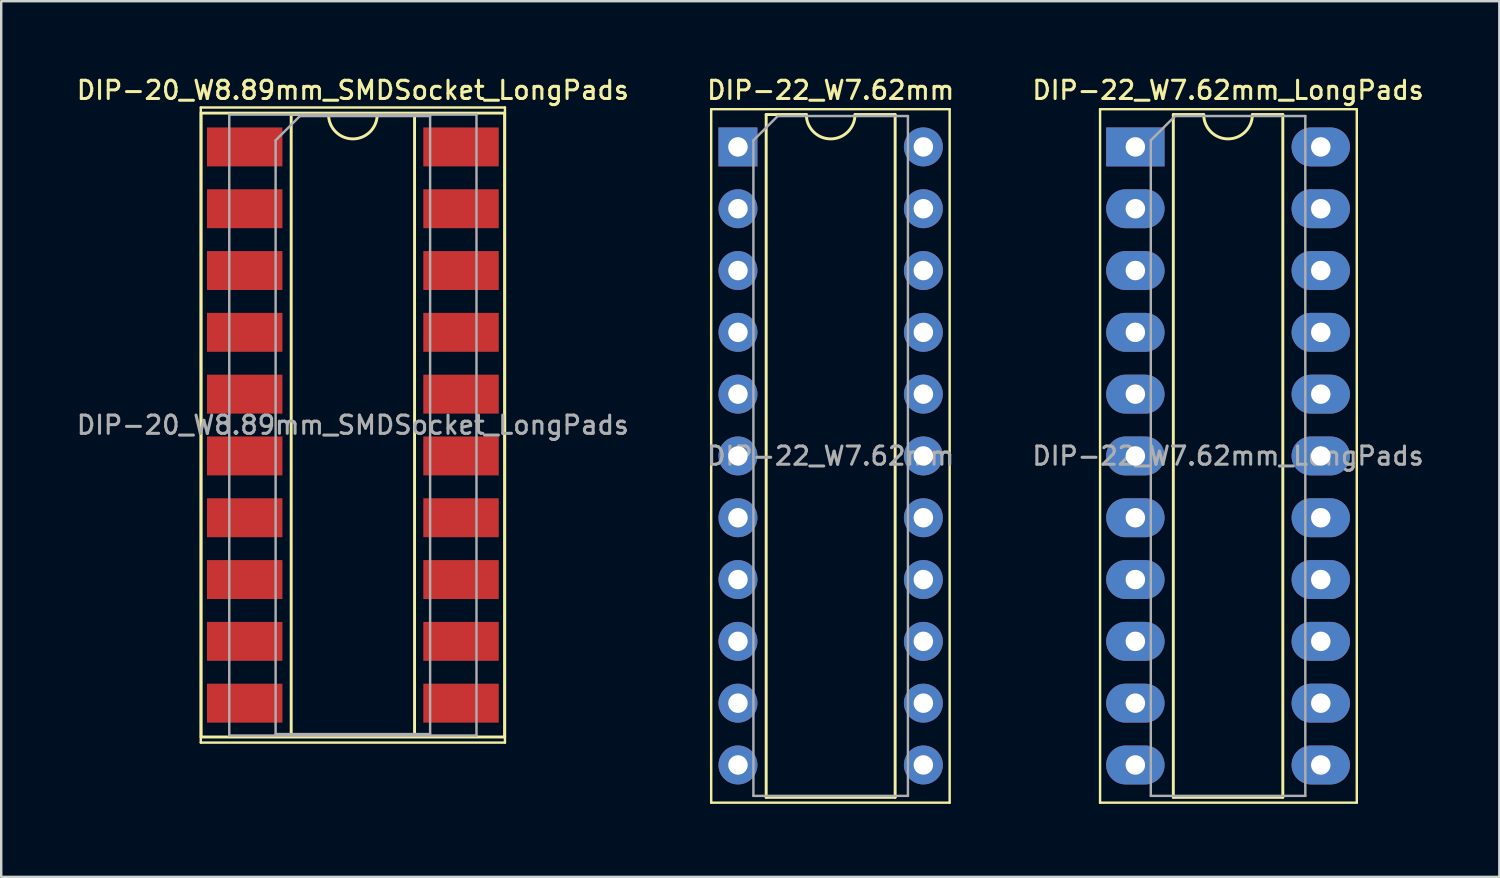
<source format=kicad_pcb>
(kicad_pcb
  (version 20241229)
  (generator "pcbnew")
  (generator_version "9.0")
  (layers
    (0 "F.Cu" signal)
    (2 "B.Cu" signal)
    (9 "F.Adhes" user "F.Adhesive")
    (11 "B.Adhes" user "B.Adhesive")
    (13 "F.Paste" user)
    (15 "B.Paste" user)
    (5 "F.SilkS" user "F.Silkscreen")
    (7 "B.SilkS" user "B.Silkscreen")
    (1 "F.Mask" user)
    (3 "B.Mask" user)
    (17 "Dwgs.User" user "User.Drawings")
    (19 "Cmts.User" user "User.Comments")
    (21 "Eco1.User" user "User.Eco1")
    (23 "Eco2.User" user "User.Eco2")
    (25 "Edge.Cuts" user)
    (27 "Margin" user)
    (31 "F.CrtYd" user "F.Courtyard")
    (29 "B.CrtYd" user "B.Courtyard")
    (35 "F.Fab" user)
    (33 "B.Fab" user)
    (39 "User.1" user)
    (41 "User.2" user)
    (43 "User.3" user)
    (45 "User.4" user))
  (footprint "DIP-22_W7.62mm"
    (layer "F.Cu")
    (at 27.278 2.988)
    (property "Reference" "DIP-22_W7.62mm" (at 3.81 -2.33 0) (layer "F.SilkS") (effects (font (size 0.75 0.75) (thickness 0.125))))
    (attr through_hole)
    (fp_line (start -1.1 -1.55) (end -1.1 26.95) (stroke (width 0.1) (type solid)) (layer "F.SilkS"))
    (fp_line (start -1.1 26.95) (end 8.7 26.95) (stroke (width 0.1) (type solid)) (layer "F.SilkS"))
    (fp_line (start 1.16 -1.33) (end 1.16 26.73) (stroke (width 0.12) (type solid)) (layer "F.SilkS"))
    (fp_line (start 1.16 26.73) (end 6.46 26.73) (stroke (width 0.12) (type solid)) (layer "F.SilkS"))
    (fp_line (start 2.81 -1.33) (end 1.16 -1.33) (stroke (width 0.12) (type solid)) (layer "F.SilkS"))
    (fp_line (start 6.46 -1.33) (end 4.81 -1.33) (stroke (width 0.12) (type solid)) (layer "F.SilkS"))
    (fp_line (start 6.46 26.73) (end 6.46 -1.33) (stroke (width 0.12) (type solid)) (layer "F.SilkS"))
    (fp_line (start 8.7 -1.55) (end -1.1 -1.55) (stroke (width 0.1) (type solid)) (layer "F.SilkS"))
    (fp_line (start 8.7 26.95) (end 8.7 -1.55) (stroke (width 0.1) (type solid)) (layer "F.SilkS"))
    (fp_arc (start 4.81 -1.33) (mid 3.81 -0.33) (end 2.81 -1.33) (stroke (width 0.12) (type solid)) (layer "F.SilkS"))
    (fp_line (start 0.635 -0.27) (end 1.635 -1.27) (stroke (width 0.1) (type solid)) (layer "F.Fab"))
    (fp_line (start 0.635 26.67) (end 0.635 -0.27) (stroke (width 0.1) (type solid)) (layer "F.Fab"))
    (fp_line (start 1.635 -1.27) (end 6.985 -1.27) (stroke (width 0.1) (type solid)) (layer "F.Fab"))
    (fp_line (start 6.985 -1.27) (end 6.985 26.67) (stroke (width 0.1) (type solid)) (layer "F.Fab"))
    (fp_line (start 6.985 26.67) (end 0.635 26.67) (stroke (width 0.1) (type solid)) (layer "F.Fab"))
    (fp_text user "${REFERENCE}" (at 3.81 12.7 0) (layer "F.Fab") (effects (font (size 0.75 0.75) (thickness 0.125))))
    (pad "1" thru_hole rect (at 0 0) (size 1.6 1.6) (drill 0.8) (layers "*.Cu" "*.Mask"))
    (pad "2" thru_hole oval (at 0 2.54) (size 1.6 1.6) (drill 0.8) (layers "*.Cu" "*.Mask"))
    (pad "3" thru_hole oval (at 0 5.08) (size 1.6 1.6) (drill 0.8) (layers "*.Cu" "*.Mask"))
    (pad "4" thru_hole oval (at 0 7.62) (size 1.6 1.6) (drill 0.8) (layers "*.Cu" "*.Mask"))
    (pad "5" thru_hole oval (at 0 10.16) (size 1.6 1.6) (drill 0.8) (layers "*.Cu" "*.Mask"))
    (pad "6" thru_hole oval (at 0 12.7) (size 1.6 1.6) (drill 0.8) (layers "*.Cu" "*.Mask"))
    (pad "7" thru_hole oval (at 0 15.24) (size 1.6 1.6) (drill 0.8) (layers "*.Cu" "*.Mask"))
    (pad "8" thru_hole oval (at 0 17.78) (size 1.6 1.6) (drill 0.8) (layers "*.Cu" "*.Mask"))
    (pad "9" thru_hole oval (at 0 20.32) (size 1.6 1.6) (drill 0.8) (layers "*.Cu" "*.Mask"))
    (pad "10" thru_hole oval (at 0 22.86) (size 1.6 1.6) (drill 0.8) (layers "*.Cu" "*.Mask"))
    (pad "11" thru_hole oval (at 0 25.4) (size 1.6 1.6) (drill 0.8) (layers "*.Cu" "*.Mask"))
    (pad "12" thru_hole oval (at 7.62 25.4) (size 1.6 1.6) (drill 0.8) (layers "*.Cu" "*.Mask"))
    (pad "13" thru_hole oval (at 7.62 22.86) (size 1.6 1.6) (drill 0.8) (layers "*.Cu" "*.Mask"))
    (pad "14" thru_hole oval (at 7.62 20.32) (size 1.6 1.6) (drill 0.8) (layers "*.Cu" "*.Mask"))
    (pad "15" thru_hole oval (at 7.62 17.78) (size 1.6 1.6) (drill 0.8) (layers "*.Cu" "*.Mask"))
    (pad "16" thru_hole oval (at 7.62 15.24) (size 1.6 1.6) (drill 0.8) (layers "*.Cu" "*.Mask"))
    (pad "17" thru_hole oval (at 7.62 12.7) (size 1.6 1.6) (drill 0.8) (layers "*.Cu" "*.Mask"))
    (pad "18" thru_hole oval (at 7.62 10.16) (size 1.6 1.6) (drill 0.8) (layers "*.Cu" "*.Mask"))
    (pad "19" thru_hole oval (at 7.62 7.62) (size 1.6 1.6) (drill 0.8) (layers "*.Cu" "*.Mask"))
    (pad "20" thru_hole oval (at 7.62 5.08) (size 1.6 1.6) (drill 0.8) (layers "*.Cu" "*.Mask"))
    (pad "21" thru_hole oval (at 7.62 2.54) (size 1.6 1.6) (drill 0.8) (layers "*.Cu" "*.Mask"))
    (pad "22" thru_hole oval (at 7.62 0) (size 1.6 1.6) (drill 0.8) (layers "*.Cu" "*.Mask")))
  (footprint "DIP-22_W7.62mm_LongPads"
    (layer "F.Cu")
    (at 43.61 2.988)
    (property "Reference" "DIP-22_W7.62mm_LongPads" (at 3.81 -2.33 0) (layer "F.SilkS") (effects (font (size 0.75 0.75) (thickness 0.125))))
    (attr through_hole)
    (fp_line (start -1.45 -1.55) (end -1.45 26.95) (stroke (width 0.1) (type solid)) (layer "F.SilkS"))
    (fp_line (start -1.45 26.95) (end 9.1 26.95) (stroke (width 0.1) (type solid)) (layer "F.SilkS"))
    (fp_line (start 1.56 -1.33) (end 1.56 26.73) (stroke (width 0.12) (type solid)) (layer "F.SilkS"))
    (fp_line (start 1.56 26.73) (end 6.06 26.73) (stroke (width 0.12) (type solid)) (layer "F.SilkS"))
    (fp_line (start 2.81 -1.33) (end 1.56 -1.33) (stroke (width 0.12) (type solid)) (layer "F.SilkS"))
    (fp_line (start 6.06 -1.33) (end 4.81 -1.33) (stroke (width 0.12) (type solid)) (layer "F.SilkS"))
    (fp_line (start 6.06 26.73) (end 6.06 -1.33) (stroke (width 0.12) (type solid)) (layer "F.SilkS"))
    (fp_line (start 9.1 -1.55) (end -1.45 -1.55) (stroke (width 0.1) (type solid)) (layer "F.SilkS"))
    (fp_line (start 9.1 26.95) (end 9.1 -1.55) (stroke (width 0.1) (type solid)) (layer "F.SilkS"))
    (fp_arc (start 4.81 -1.33) (mid 3.81 -0.33) (end 2.81 -1.33) (stroke (width 0.12) (type solid)) (layer "F.SilkS"))
    (fp_line (start 0.635 -0.27) (end 1.635 -1.27) (stroke (width 0.1) (type solid)) (layer "F.Fab"))
    (fp_line (start 0.635 26.67) (end 0.635 -0.27) (stroke (width 0.1) (type solid)) (layer "F.Fab"))
    (fp_line (start 1.635 -1.27) (end 6.985 -1.27) (stroke (width 0.1) (type solid)) (layer "F.Fab"))
    (fp_line (start 6.985 -1.27) (end 6.985 26.67) (stroke (width 0.1) (type solid)) (layer "F.Fab"))
    (fp_line (start 6.985 26.67) (end 0.635 26.67) (stroke (width 0.1) (type solid)) (layer "F.Fab"))
    (fp_text user "${REFERENCE}" (at 3.81 12.7 0) (layer "F.Fab") (effects (font (size 0.75 0.75) (thickness 0.125))))
    (pad "1" thru_hole rect (at 0 0) (size 2.4 1.6) (drill 0.8) (layers "*.Cu" "*.Mask"))
    (pad "2" thru_hole oval (at 0 2.54) (size 2.4 1.6) (drill 0.8) (layers "*.Cu" "*.Mask"))
    (pad "3" thru_hole oval (at 0 5.08) (size 2.4 1.6) (drill 0.8) (layers "*.Cu" "*.Mask"))
    (pad "4" thru_hole oval (at 0 7.62) (size 2.4 1.6) (drill 0.8) (layers "*.Cu" "*.Mask"))
    (pad "5" thru_hole oval (at 0 10.16) (size 2.4 1.6) (drill 0.8) (layers "*.Cu" "*.Mask"))
    (pad "6" thru_hole oval (at 0 12.7) (size 2.4 1.6) (drill 0.8) (layers "*.Cu" "*.Mask"))
    (pad "7" thru_hole oval (at 0 15.24) (size 2.4 1.6) (drill 0.8) (layers "*.Cu" "*.Mask"))
    (pad "8" thru_hole oval (at 0 17.78) (size 2.4 1.6) (drill 0.8) (layers "*.Cu" "*.Mask"))
    (pad "9" thru_hole oval (at 0 20.32) (size 2.4 1.6) (drill 0.8) (layers "*.Cu" "*.Mask"))
    (pad "10" thru_hole oval (at 0 22.86) (size 2.4 1.6) (drill 0.8) (layers "*.Cu" "*.Mask"))
    (pad "11" thru_hole oval (at 0 25.4) (size 2.4 1.6) (drill 0.8) (layers "*.Cu" "*.Mask"))
    (pad "12" thru_hole oval (at 7.62 25.4) (size 2.4 1.6) (drill 0.8) (layers "*.Cu" "*.Mask"))
    (pad "13" thru_hole oval (at 7.62 22.86) (size 2.4 1.6) (drill 0.8) (layers "*.Cu" "*.Mask"))
    (pad "14" thru_hole oval (at 7.62 20.32) (size 2.4 1.6) (drill 0.8) (layers "*.Cu" "*.Mask"))
    (pad "15" thru_hole oval (at 7.62 17.78) (size 2.4 1.6) (drill 0.8) (layers "*.Cu" "*.Mask"))
    (pad "16" thru_hole oval (at 7.62 15.24) (size 2.4 1.6) (drill 0.8) (layers "*.Cu" "*.Mask"))
    (pad "17" thru_hole oval (at 7.62 12.7) (size 2.4 1.6) (drill 0.8) (layers "*.Cu" "*.Mask"))
    (pad "18" thru_hole oval (at 7.62 10.16) (size 2.4 1.6) (drill 0.8) (layers "*.Cu" "*.Mask"))
    (pad "19" thru_hole oval (at 7.62 7.62) (size 2.4 1.6) (drill 0.8) (layers "*.Cu" "*.Mask"))
    (pad "20" thru_hole oval (at 7.62 5.08) (size 2.4 1.6) (drill 0.8) (layers "*.Cu" "*.Mask"))
    (pad "21" thru_hole oval (at 7.62 2.54) (size 2.4 1.6) (drill 0.8) (layers "*.Cu" "*.Mask"))
    (pad "22" thru_hole oval (at 7.62 0) (size 2.4 1.6) (drill 0.8) (layers "*.Cu" "*.Mask")))
  (footprint "DIP-20_W8.89mm_SMDSocket_LongPads"
    (layer "F.Cu")
    (at 11.452 14.418)
    (property "Reference" "DIP-20_W8.89mm_SMDSocket_LongPads" (at 0 -13.76 0) (layer "F.SilkS") (effects (font (size 0.75 0.75) (thickness 0.125))))
    (attr smd)
    (fp_line (start -6.25 -13.05) (end -6.25 13.05) (stroke (width 0.1) (type solid)) (layer "F.SilkS"))
    (fp_line (start -6.25 13.05) (end 6.25 13.05) (stroke (width 0.1) (type solid)) (layer "F.SilkS"))
    (fp_line (start -6.235 -12.82) (end -6.235 12.82) (stroke (width 0.12) (type solid)) (layer "F.SilkS"))
    (fp_line (start -6.235 12.82) (end 6.235 12.82) (stroke (width 0.12) (type solid)) (layer "F.SilkS"))
    (fp_line (start -2.535 -12.76) (end -2.535 12.76) (stroke (width 0.12) (type solid)) (layer "F.SilkS"))
    (fp_line (start -2.535 12.76) (end 2.535 12.76) (stroke (width 0.12) (type solid)) (layer "F.SilkS"))
    (fp_line (start -1 -12.76) (end -2.535 -12.76) (stroke (width 0.12) (type solid)) (layer "F.SilkS"))
    (fp_line (start 2.535 -12.76) (end 1 -12.76) (stroke (width 0.12) (type solid)) (layer "F.SilkS"))
    (fp_line (start 2.535 12.76) (end 2.535 -12.76) (stroke (width 0.12) (type solid)) (layer "F.SilkS"))
    (fp_line (start 6.235 -12.82) (end -6.235 -12.82) (stroke (width 0.12) (type solid)) (layer "F.SilkS"))
    (fp_line (start 6.235 12.82) (end 6.235 -12.82) (stroke (width 0.12) (type solid)) (layer "F.SilkS"))
    (fp_line (start 6.25 -13.05) (end -6.25 -13.05) (stroke (width 0.1) (type solid)) (layer "F.SilkS"))
    (fp_line (start 6.25 13.05) (end 6.25 -13.05) (stroke (width 0.1) (type solid)) (layer "F.SilkS"))
    (fp_arc (start 1 -12.76) (mid 0 -11.76) (end -1 -12.76) (stroke (width 0.12) (type solid)) (layer "F.SilkS"))
    (fp_line (start -5.08 -12.76) (end -5.08 12.76) (stroke (width 0.1) (type solid)) (layer "F.Fab"))
    (fp_line (start -5.08 12.76) (end 5.08 12.76) (stroke (width 0.1) (type solid)) (layer "F.Fab"))
    (fp_line (start -3.175 -11.7) (end -2.175 -12.7) (stroke (width 0.1) (type solid)) (layer "F.Fab"))
    (fp_line (start -3.175 12.7) (end -3.175 -11.7) (stroke (width 0.1) (type solid)) (layer "F.Fab"))
    (fp_line (start -2.175 -12.7) (end 3.175 -12.7) (stroke (width 0.1) (type solid)) (layer "F.Fab"))
    (fp_line (start 3.175 -12.7) (end 3.175 12.7) (stroke (width 0.1) (type solid)) (layer "F.Fab"))
    (fp_line (start 3.175 12.7) (end -3.175 12.7) (stroke (width 0.1) (type solid)) (layer "F.Fab"))
    (fp_line (start 5.08 -12.76) (end -5.08 -12.76) (stroke (width 0.1) (type solid)) (layer "F.Fab"))
    (fp_line (start 5.08 12.76) (end 5.08 -12.76) (stroke (width 0.1) (type solid)) (layer "F.Fab"))
    (fp_text user "${REFERENCE}" (at 0 0 0) (layer "F.Fab") (effects (font (size 0.75 0.75) (thickness 0.125))))
    (pad "1" smd rect (at -4.445 -11.43) (size 3.1 1.6) (layers "F.Cu" "F.Mask" "F.Paste"))
    (pad "2" smd rect (at -4.445 -8.89) (size 3.1 1.6) (layers "F.Cu" "F.Mask" "F.Paste"))
    (pad "3" smd rect (at -4.445 -6.35) (size 3.1 1.6) (layers "F.Cu" "F.Mask" "F.Paste"))
    (pad "4" smd rect (at -4.445 -3.81) (size 3.1 1.6) (layers "F.Cu" "F.Mask" "F.Paste"))
    (pad "5" smd rect (at -4.445 -1.27) (size 3.1 1.6) (layers "F.Cu" "F.Mask" "F.Paste"))
    (pad "6" smd rect (at -4.445 1.27) (size 3.1 1.6) (layers "F.Cu" "F.Mask" "F.Paste"))
    (pad "7" smd rect (at -4.445 3.81) (size 3.1 1.6) (layers "F.Cu" "F.Mask" "F.Paste"))
    (pad "8" smd rect (at -4.445 6.35) (size 3.1 1.6) (layers "F.Cu" "F.Mask" "F.Paste"))
    (pad "9" smd rect (at -4.445 8.89) (size 3.1 1.6) (layers "F.Cu" "F.Mask" "F.Paste"))
    (pad "10" smd rect (at -4.445 11.43) (size 3.1 1.6) (layers "F.Cu" "F.Mask" "F.Paste"))
    (pad "11" smd rect (at 4.445 11.43) (size 3.1 1.6) (layers "F.Cu" "F.Mask" "F.Paste"))
    (pad "12" smd rect (at 4.445 8.89) (size 3.1 1.6) (layers "F.Cu" "F.Mask" "F.Paste"))
    (pad "13" smd rect (at 4.445 6.35) (size 3.1 1.6) (layers "F.Cu" "F.Mask" "F.Paste"))
    (pad "14" smd rect (at 4.445 3.81) (size 3.1 1.6) (layers "F.Cu" "F.Mask" "F.Paste"))
    (pad "15" smd rect (at 4.445 1.27) (size 3.1 1.6) (layers "F.Cu" "F.Mask" "F.Paste"))
    (pad "16" smd rect (at 4.445 -1.27) (size 3.1 1.6) (layers "F.Cu" "F.Mask" "F.Paste"))
    (pad "17" smd rect (at 4.445 -3.81) (size 3.1 1.6) (layers "F.Cu" "F.Mask" "F.Paste"))
    (pad "18" smd rect (at 4.445 -6.35) (size 3.1 1.6) (layers "F.Cu" "F.Mask" "F.Paste"))
    (pad "19" smd rect (at 4.445 -8.89) (size 3.1 1.6) (layers "F.Cu" "F.Mask" "F.Paste"))
    (pad "20" smd rect (at 4.445 -11.43) (size 3.1 1.6) (layers "F.Cu" "F.Mask" "F.Paste")))
  (gr_rect
    (start -3 -3)
    (end 58.568 32.988)
    (stroke (width 0.1) (type default))
    (fill no)
    (layer "Edge.Cuts")))
</source>
